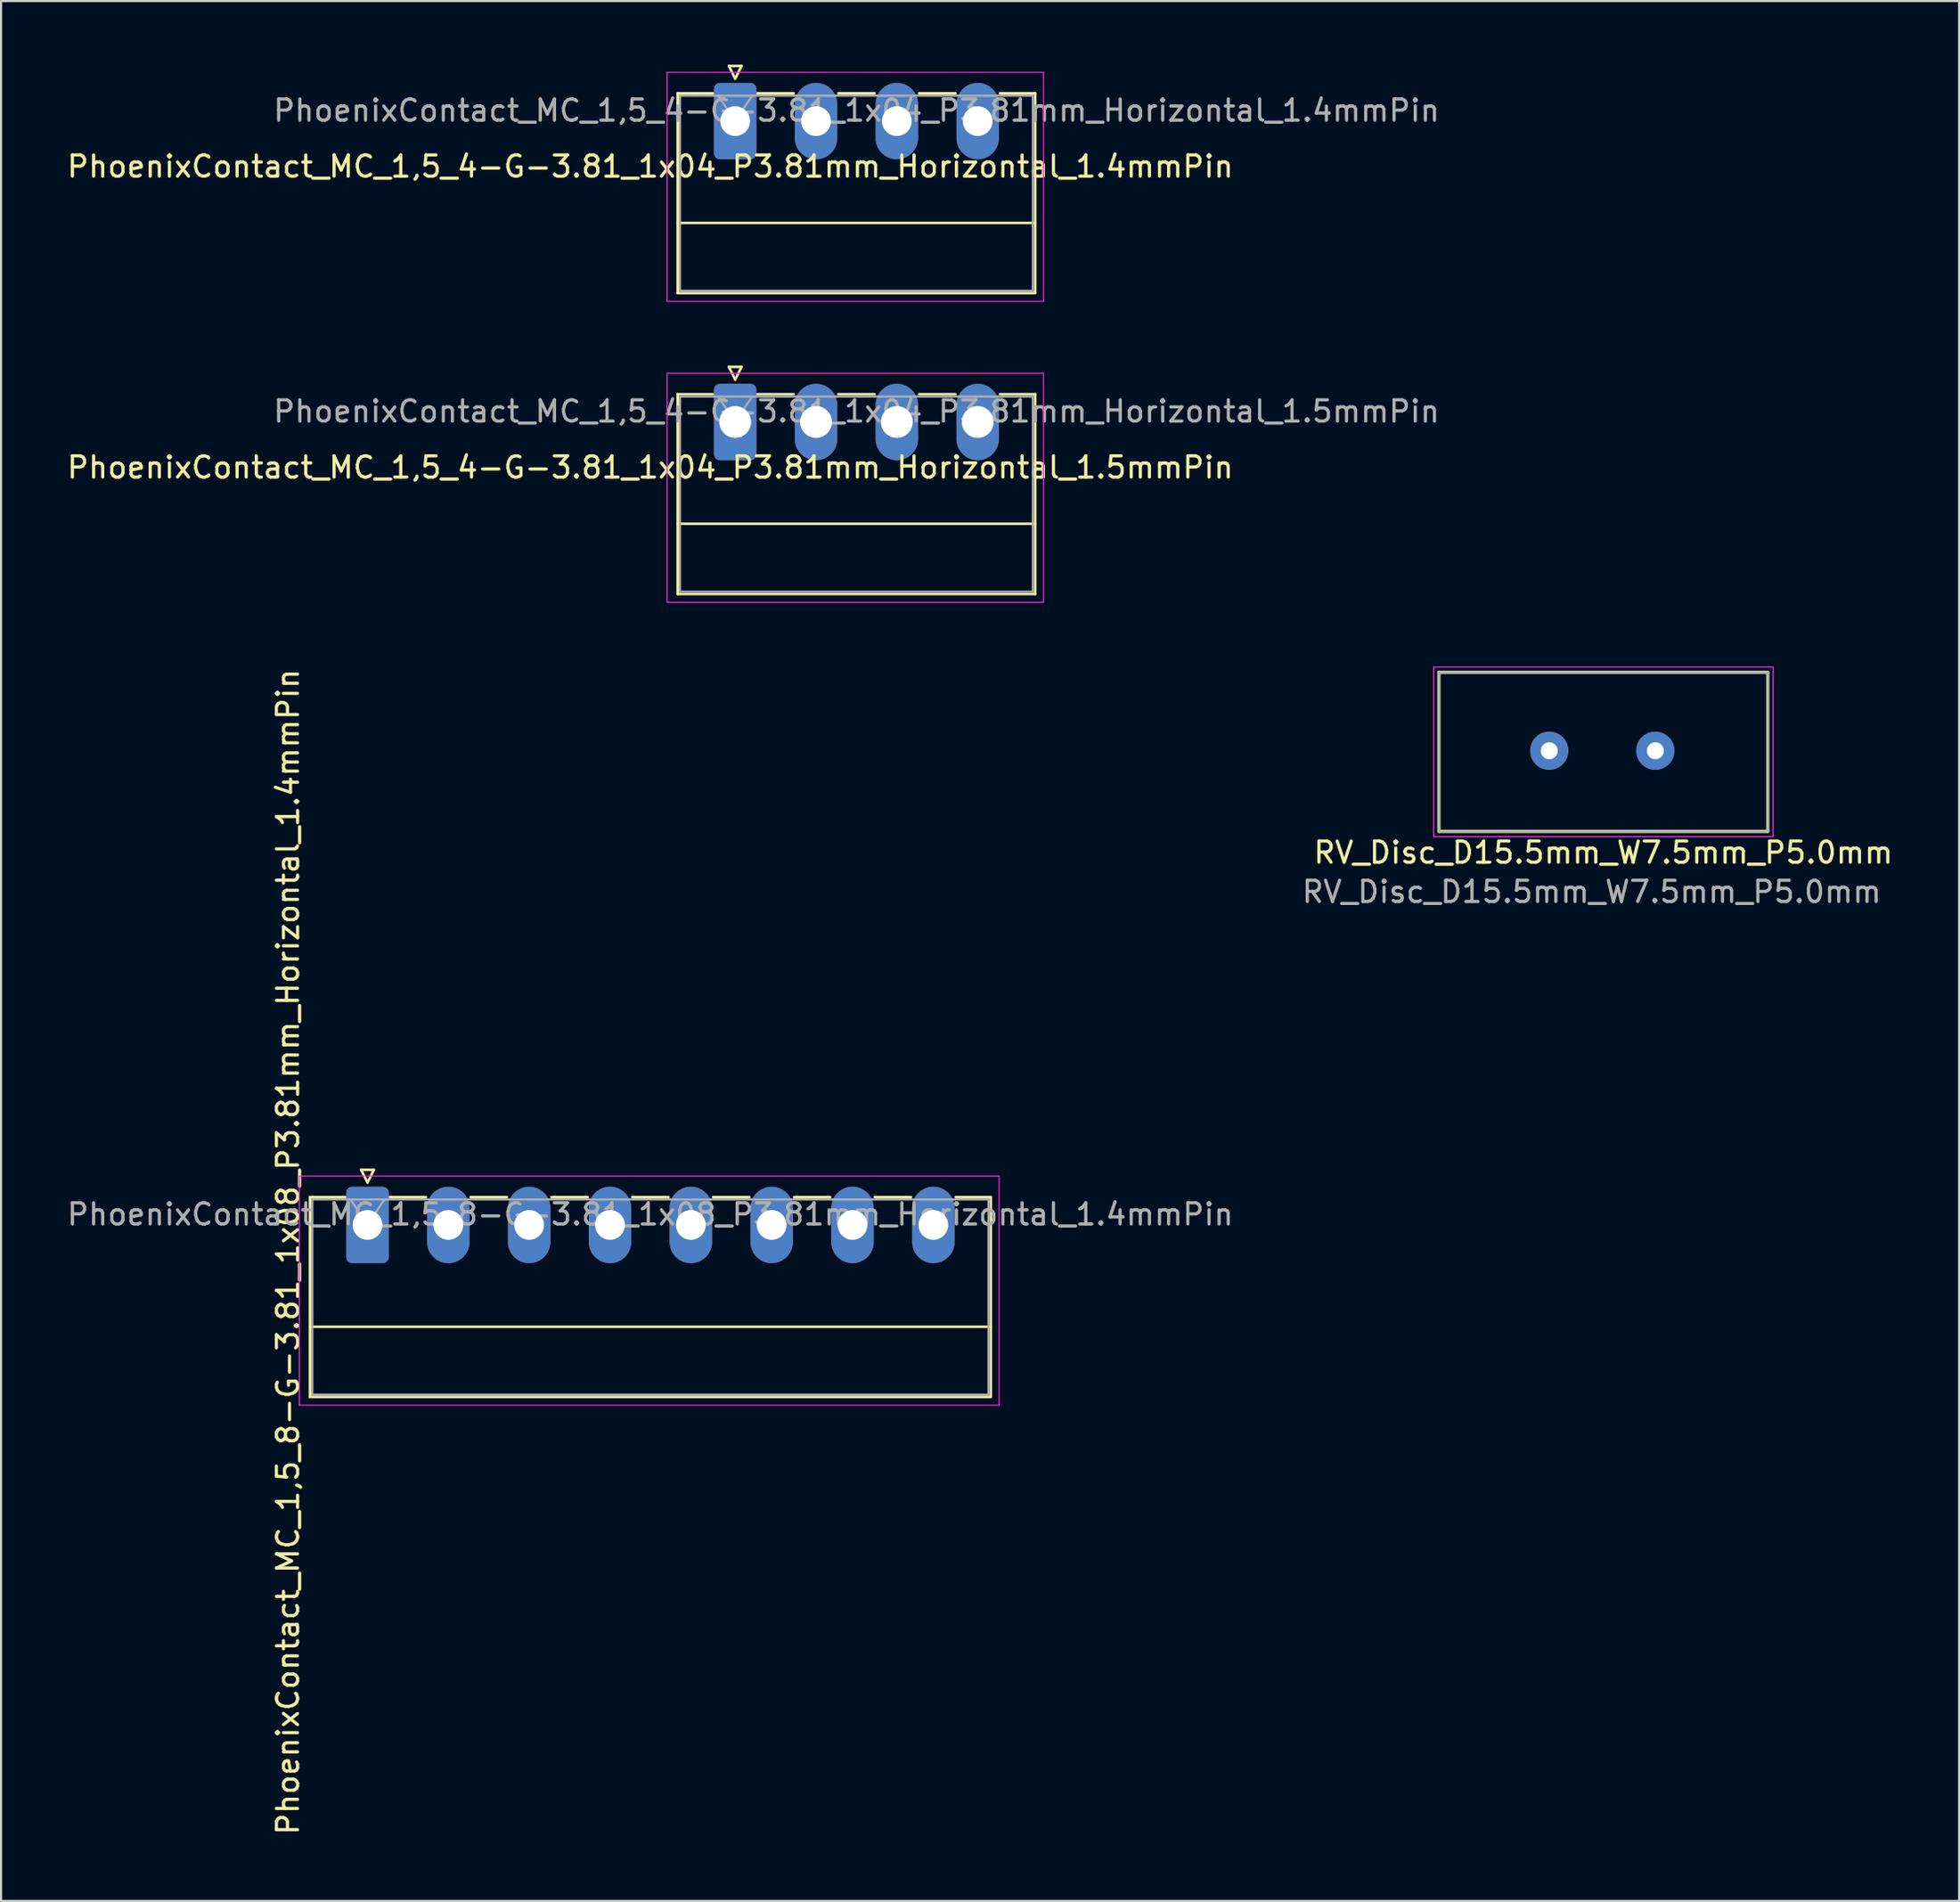
<source format=kicad_pcb>
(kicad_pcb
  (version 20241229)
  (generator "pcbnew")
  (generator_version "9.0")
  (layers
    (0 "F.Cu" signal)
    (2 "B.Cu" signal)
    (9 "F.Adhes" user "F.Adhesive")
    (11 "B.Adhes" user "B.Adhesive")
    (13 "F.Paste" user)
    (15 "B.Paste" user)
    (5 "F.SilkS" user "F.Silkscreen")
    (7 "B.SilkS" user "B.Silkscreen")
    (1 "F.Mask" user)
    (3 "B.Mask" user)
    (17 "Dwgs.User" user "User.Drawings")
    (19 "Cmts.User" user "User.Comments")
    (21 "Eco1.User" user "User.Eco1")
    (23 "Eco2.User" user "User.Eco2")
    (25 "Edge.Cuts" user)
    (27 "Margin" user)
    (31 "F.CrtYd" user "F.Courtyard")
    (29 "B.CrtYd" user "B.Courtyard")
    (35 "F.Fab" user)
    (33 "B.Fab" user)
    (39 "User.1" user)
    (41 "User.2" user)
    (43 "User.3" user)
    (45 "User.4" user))
  (footprint "RV_Disc_D15.5mm_W7.5mm_P5.0mm"
    (layer "F.Cu")
    (at 69.97 32.345)
    (property "Reference" "RV_Disc_D15.5mm_W7.5mm_P5.0mm" (at 2.55 4.8 0) (layer "F.SilkS") (effects (font (size 1 1) (thickness 0.15))))
    (attr through_hole)
    (fp_line (start -5.2 -3.7) (end -5.2 3.8) (stroke (width 0.15) (type solid)) (layer "F.SilkS"))
    (fp_line (start -5.2 -3.7) (end 10.3 -3.7) (stroke (width 0.15) (type solid)) (layer "F.SilkS"))
    (fp_line (start -5.2 3.8) (end 10.3 3.8) (stroke (width 0.15) (type solid)) (layer "F.SilkS"))
    (fp_line (start 10.3 -3.7) (end 10.3 3.8) (stroke (width 0.15) (type solid)) (layer "F.SilkS"))
    (fp_line (start -5.45 -3.95) (end -5.45 4.05) (stroke (width 0.05) (type solid)) (layer "F.CrtYd"))
    (fp_line (start -5.45 -3.95) (end 10.55 -3.95) (stroke (width 0.05) (type solid)) (layer "F.CrtYd"))
    (fp_line (start -5.45 4.05) (end 10.55 4.05) (stroke (width 0.05) (type solid)) (layer "F.CrtYd"))
    (fp_line (start 10.55 -3.95) (end 10.55 4.05) (stroke (width 0.05) (type solid)) (layer "F.CrtYd"))
    (fp_line (start -5.2 -3.7) (end -5.2 3.8) (stroke (width 0.1) (type solid)) (layer "F.Fab"))
    (fp_line (start -5.2 -3.7) (end 10.3 -3.7) (stroke (width 0.1) (type solid)) (layer "F.Fab"))
    (fp_line (start -5.2 3.8) (end 10.3 3.8) (stroke (width 0.1) (type solid)) (layer "F.Fab"))
    (fp_line (start 10.3 -3.7) (end 10.3 3.8) (stroke (width 0.1) (type solid)) (layer "F.Fab"))
    (fp_text user "${REFERENCE}" (at 2 6.65 0) (layer "F.Fab") (effects (font (size 1 1) (thickness 0.15))))
    (pad "1" thru_hole circle (at 0 0) (size 1.8 1.8) (drill 0.8) (layers "*.Cu" "*.Mask"))
    (pad "2" thru_hole circle (at 5 0) (size 1.8 1.8) (drill 0.8) (layers "*.Cu" "*.Mask")))
  (footprint "PhoenixContact_MC_1,5_4-G-3.81_1x04_P3.81mm_Horizontal_1.4mmPin"
    (layer "F.Cu")
    (at 31.601 2.66)
    (property "Reference" "PhoenixContact_MC_1,5_4-G-3.81_1x04_P3.81mm_Horizontal_1.4mmPin" (at -4 2.14 180) (layer "F.SilkS") (effects (font (size 1 1) (thickness 0.15))))
    (attr through_hole dnp)
    (fp_line (start -2.71 -1.31) (end -2.71 8.11) (stroke (width 0.12) (type solid)) (layer "F.SilkS"))
    (fp_line (start -2.71 -1.31) (end -1.05 -1.31) (stroke (width 0.12) (type solid)) (layer "F.SilkS"))
    (fp_line (start -2.71 4.8) (end 14.14 4.8) (stroke (width 0.12) (type solid)) (layer "F.SilkS"))
    (fp_line (start -2.71 8.11) (end 14.14 8.11) (stroke (width 0.12) (type solid)) (layer "F.SilkS"))
    (fp_line (start -0.3 -2.6) (end 0.3 -2.6) (stroke (width 0.12) (type solid)) (layer "F.SilkS"))
    (fp_line (start 0 -2) (end -0.3 -2.6) (stroke (width 0.12) (type solid)) (layer "F.SilkS"))
    (fp_line (start 0.3 -2.6) (end 0 -2) (stroke (width 0.12) (type solid)) (layer "F.SilkS"))
    (fp_line (start 1.05 -1.31) (end 2.76 -1.31) (stroke (width 0.12) (type solid)) (layer "F.SilkS"))
    (fp_line (start 4.86 -1.31) (end 6.57 -1.31) (stroke (width 0.12) (type solid)) (layer "F.SilkS"))
    (fp_line (start 8.67 -1.31) (end 10.38 -1.31) (stroke (width 0.12) (type solid)) (layer "F.SilkS"))
    (fp_line (start 14.14 -1.31) (end 12.48 -1.31) (stroke (width 0.12) (type solid)) (layer "F.SilkS"))
    (fp_line (start 14.14 8.11) (end 14.14 -1.31) (stroke (width 0.12) (type solid)) (layer "F.SilkS"))
    (fp_line (start -3.21 -2.3) (end -3.21 8.5) (stroke (width 0.05) (type solid)) (layer "F.CrtYd"))
    (fp_line (start -3.21 8.5) (end 14.53 8.5) (stroke (width 0.05) (type solid)) (layer "F.CrtYd"))
    (fp_line (start 14.53 -2.3) (end -3.21 -2.3) (stroke (width 0.05) (type solid)) (layer "F.CrtYd"))
    (fp_line (start 14.53 8.5) (end 14.53 -2.3) (stroke (width 0.05) (type solid)) (layer "F.CrtYd"))
    (fp_line (start -2.6 -1.2) (end -2.6 8) (stroke (width 0.1) (type solid)) (layer "F.Fab"))
    (fp_line (start -2.6 8) (end 14.03 8) (stroke (width 0.1) (type solid)) (layer "F.Fab"))
    (fp_line (start 0 0) (end -0.8 -1.2) (stroke (width 0.1) (type solid)) (layer "F.Fab"))
    (fp_line (start 0.8 -1.2) (end 0 0) (stroke (width 0.1) (type solid)) (layer "F.Fab"))
    (fp_line (start 14.03 -1.2) (end -2.6 -1.2) (stroke (width 0.1) (type solid)) (layer "F.Fab"))
    (fp_line (start 14.03 8) (end 14.03 -1.2) (stroke (width 0.1) (type solid)) (layer "F.Fab"))
    (fp_text user "${REFERENCE}" (at 5.72 -0.5 180) (layer "F.Fab") (effects (font (size 1 1) (thickness 0.15))))
    (pad "1" thru_hole roundrect (at 0 0) (size 2 3.6) (drill 1.4) (layers "*.Cu" "*.Mask") (roundrect_rratio 0.139))
    (pad "2" thru_hole oval (at 3.81 0) (size 2 3.6) (drill 1.4) (layers "*.Cu" "*.Mask"))
    (pad "3" thru_hole oval (at 7.62 0) (size 2 3.6) (drill 1.4) (layers "*.Cu" "*.Mask"))
    (pad "4" thru_hole oval (at 11.43 0) (size 2 3.6) (drill 1.4) (layers "*.Cu" "*.Mask")))
  (footprint "PhoenixContact_MC_1,5_8-G-3.81_1x08_P3.81mm_Horizontal_1.4mmPin"
    (layer "F.Cu")
    (at 14.271 54.701)
    (property "Reference" "PhoenixContact_MC_1,5_8-G-3.81_1x08_P3.81mm_Horizontal_1.4mmPin" (at -3.75 1.27 90) (layer "F.SilkS") (effects (font (size 1 1) (thickness 0.15))))
    (attr through_hole dnp)
    (fp_line (start -2.71 -1.31) (end -2.71 8.11) (stroke (width 0.12) (type solid)) (layer "F.SilkS"))
    (fp_line (start -2.71 -1.31) (end -1.05 -1.31) (stroke (width 0.12) (type solid)) (layer "F.SilkS"))
    (fp_line (start -2.71 4.8) (end 29.38 4.8) (stroke (width 0.12) (type solid)) (layer "F.SilkS"))
    (fp_line (start -2.71 8.11) (end 29.38 8.11) (stroke (width 0.12) (type solid)) (layer "F.SilkS"))
    (fp_line (start -0.3 -2.6) (end 0.3 -2.6) (stroke (width 0.12) (type solid)) (layer "F.SilkS"))
    (fp_line (start 0 -2) (end -0.3 -2.6) (stroke (width 0.12) (type solid)) (layer "F.SilkS"))
    (fp_line (start 0.3 -2.6) (end 0 -2) (stroke (width 0.12) (type solid)) (layer "F.SilkS"))
    (fp_line (start 1.05 -1.31) (end 2.76 -1.31) (stroke (width 0.12) (type solid)) (layer "F.SilkS"))
    (fp_line (start 4.86 -1.31) (end 6.57 -1.31) (stroke (width 0.12) (type solid)) (layer "F.SilkS"))
    (fp_line (start 8.67 -1.31) (end 10.38 -1.31) (stroke (width 0.12) (type solid)) (layer "F.SilkS"))
    (fp_line (start 12.48 -1.31) (end 14.19 -1.31) (stroke (width 0.12) (type solid)) (layer "F.SilkS"))
    (fp_line (start 16.29 -1.31) (end 18 -1.31) (stroke (width 0.12) (type solid)) (layer "F.SilkS"))
    (fp_line (start 20.1 -1.31) (end 21.81 -1.31) (stroke (width 0.12) (type solid)) (layer "F.SilkS"))
    (fp_line (start 23.91 -1.31) (end 25.62 -1.31) (stroke (width 0.12) (type solid)) (layer "F.SilkS"))
    (fp_line (start 29.38 -1.31) (end 27.72 -1.31) (stroke (width 0.12) (type solid)) (layer "F.SilkS"))
    (fp_line (start 29.38 8.11) (end 29.38 -1.31) (stroke (width 0.12) (type solid)) (layer "F.SilkS"))
    (fp_line (start -3.21 -2.3) (end -3.21 8.5) (stroke (width 0.05) (type solid)) (layer "F.CrtYd"))
    (fp_line (start -3.21 8.5) (end 29.77 8.5) (stroke (width 0.05) (type solid)) (layer "F.CrtYd"))
    (fp_line (start 29.77 -2.3) (end -3.21 -2.3) (stroke (width 0.05) (type solid)) (layer "F.CrtYd"))
    (fp_line (start 29.77 8.5) (end 29.77 -2.3) (stroke (width 0.05) (type solid)) (layer "F.CrtYd"))
    (fp_line (start -2.6 -1.2) (end -2.6 8) (stroke (width 0.1) (type solid)) (layer "F.Fab"))
    (fp_line (start -2.6 8) (end 29.27 8) (stroke (width 0.1) (type solid)) (layer "F.Fab"))
    (fp_line (start 0 0) (end -0.8 -1.2) (stroke (width 0.1) (type solid)) (layer "F.Fab"))
    (fp_line (start 0.8 -1.2) (end 0 0) (stroke (width 0.1) (type solid)) (layer "F.Fab"))
    (fp_line (start 29.27 -1.2) (end -2.6 -1.2) (stroke (width 0.1) (type solid)) (layer "F.Fab"))
    (fp_line (start 29.27 8) (end 29.27 -1.2) (stroke (width 0.1) (type solid)) (layer "F.Fab"))
    (fp_text user "${REFERENCE}" (at 13.33 -0.5 180) (layer "F.Fab") (effects (font (size 1 1) (thickness 0.15))))
    (pad "1" thru_hole roundrect (at 0 0) (size 2 3.6) (drill 1.4) (layers "*.Cu" "*.Mask") (roundrect_rratio 0.139))
    (pad "2" thru_hole oval (at 3.81 0) (size 2 3.6) (drill 1.4) (layers "*.Cu" "*.Mask"))
    (pad "3" thru_hole oval (at 7.62 0) (size 2 3.6) (drill 1.4) (layers "*.Cu" "*.Mask"))
    (pad "4" thru_hole oval (at 11.43 0) (size 2 3.6) (drill 1.4) (layers "*.Cu" "*.Mask"))
    (pad "5" thru_hole oval (at 15.24 0) (size 2 3.6) (drill 1.4) (layers "*.Cu" "*.Mask"))
    (pad "6" thru_hole oval (at 19.05 0) (size 2 3.6) (drill 1.4) (layers "*.Cu" "*.Mask"))
    (pad "7" thru_hole oval (at 22.86 0) (size 2 3.6) (drill 1.4) (layers "*.Cu" "*.Mask"))
    (pad "8" thru_hole oval (at 26.67 0) (size 2 3.6) (drill 1.4) (layers "*.Cu" "*.Mask")))
  (footprint "PhoenixContact_MC_1,5_4-G-3.81_1x04_P3.81mm_Horizontal_1.5mmPin"
    (layer "F.Cu")
    (at 31.601 16.845)
    (property "Reference" "PhoenixContact_MC_1,5_4-G-3.81_1x04_P3.81mm_Horizontal_1.5mmPin" (at -4 2.14 180) (layer "F.SilkS") (effects (font (size 1 1) (thickness 0.15))))
    (attr through_hole dnp)
    (fp_line (start -2.71 -1.31) (end -2.71 8.11) (stroke (width 0.12) (type solid)) (layer "F.SilkS"))
    (fp_line (start -2.71 -1.31) (end -1.05 -1.31) (stroke (width 0.12) (type solid)) (layer "F.SilkS"))
    (fp_line (start -2.71 4.8) (end 14.14 4.8) (stroke (width 0.12) (type solid)) (layer "F.SilkS"))
    (fp_line (start -2.71 8.11) (end 14.14 8.11) (stroke (width 0.12) (type solid)) (layer "F.SilkS"))
    (fp_line (start -0.3 -2.6) (end 0.3 -2.6) (stroke (width 0.12) (type solid)) (layer "F.SilkS"))
    (fp_line (start 0 -2) (end -0.3 -2.6) (stroke (width 0.12) (type solid)) (layer "F.SilkS"))
    (fp_line (start 0.3 -2.6) (end 0 -2) (stroke (width 0.12) (type solid)) (layer "F.SilkS"))
    (fp_line (start 1.05 -1.31) (end 2.76 -1.31) (stroke (width 0.12) (type solid)) (layer "F.SilkS"))
    (fp_line (start 4.86 -1.31) (end 6.57 -1.31) (stroke (width 0.12) (type solid)) (layer "F.SilkS"))
    (fp_line (start 8.67 -1.31) (end 10.38 -1.31) (stroke (width 0.12) (type solid)) (layer "F.SilkS"))
    (fp_line (start 14.14 -1.31) (end 12.48 -1.31) (stroke (width 0.12) (type solid)) (layer "F.SilkS"))
    (fp_line (start 14.14 8.11) (end 14.14 -1.31) (stroke (width 0.12) (type solid)) (layer "F.SilkS"))
    (fp_line (start -3.21 -2.3) (end -3.21 8.5) (stroke (width 0.05) (type solid)) (layer "F.CrtYd"))
    (fp_line (start -3.21 8.5) (end 14.53 8.5) (stroke (width 0.05) (type solid)) (layer "F.CrtYd"))
    (fp_line (start 14.53 -2.3) (end -3.21 -2.3) (stroke (width 0.05) (type solid)) (layer "F.CrtYd"))
    (fp_line (start 14.53 8.5) (end 14.53 -2.3) (stroke (width 0.05) (type solid)) (layer "F.CrtYd"))
    (fp_line (start -2.6 -1.2) (end -2.6 8) (stroke (width 0.1) (type solid)) (layer "F.Fab"))
    (fp_line (start -2.6 8) (end 14.03 8) (stroke (width 0.1) (type solid)) (layer "F.Fab"))
    (fp_line (start 0 0) (end -0.8 -1.2) (stroke (width 0.1) (type solid)) (layer "F.Fab"))
    (fp_line (start 0.8 -1.2) (end 0 0) (stroke (width 0.1) (type solid)) (layer "F.Fab"))
    (fp_line (start 14.03 -1.2) (end -2.6 -1.2) (stroke (width 0.1) (type solid)) (layer "F.Fab"))
    (fp_line (start 14.03 8) (end 14.03 -1.2) (stroke (width 0.1) (type solid)) (layer "F.Fab"))
    (fp_text user "${REFERENCE}" (at 5.72 -0.5 180) (layer "F.Fab") (effects (font (size 1 1) (thickness 0.15))))
    (pad "1" thru_hole roundrect (at 0 0) (size 2 3.6) (drill 1.5) (layers "*.Cu" "*.Mask") (roundrect_rratio 0.139))
    (pad "2" thru_hole oval (at 3.81 0) (size 2 3.6) (drill 1.5) (layers "*.Cu" "*.Mask"))
    (pad "3" thru_hole oval (at 7.62 0) (size 2 3.6) (drill 1.5) (layers "*.Cu" "*.Mask"))
    (pad "4" thru_hole oval (at 11.43 0) (size 2 3.6) (drill 1.5) (layers "*.Cu" "*.Mask")))
  (gr_rect
    (start -3 -3)
    (end 89.288 86.572)
    (stroke (width 0.1) (type default))
    (fill no)
    (layer "Edge.Cuts")))
</source>
